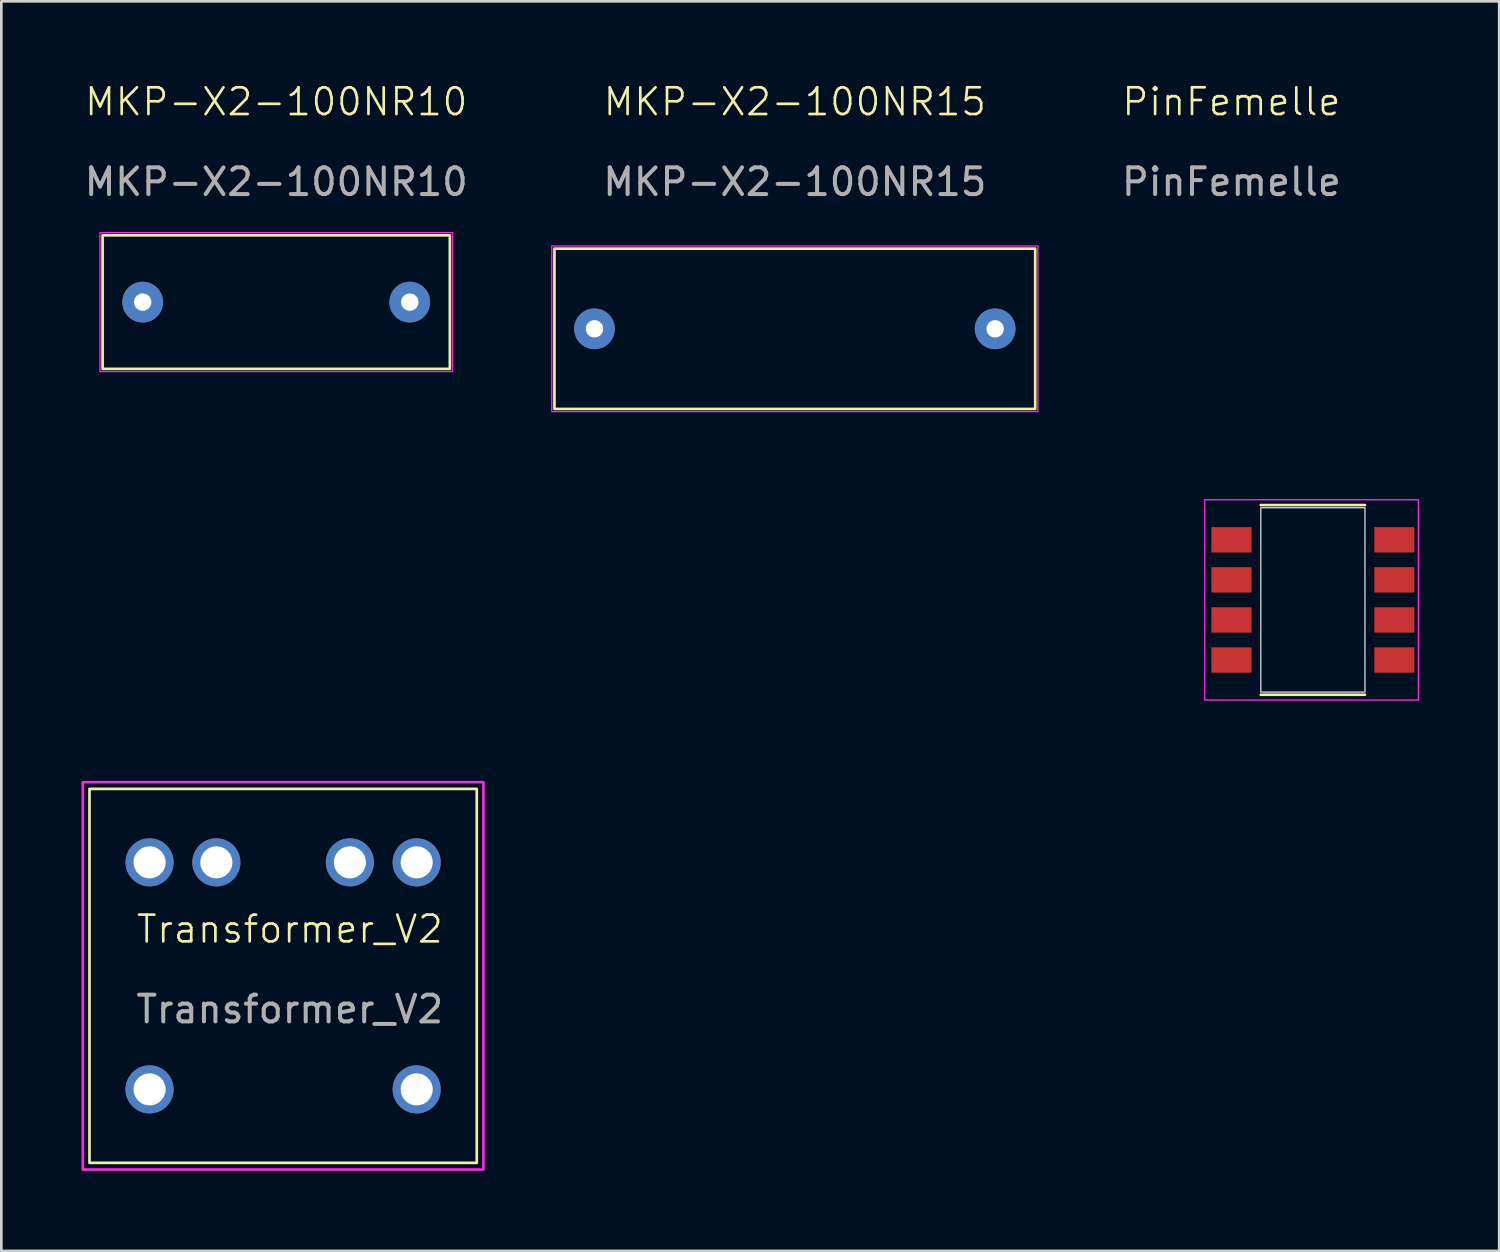
<source format=kicad_pcb>
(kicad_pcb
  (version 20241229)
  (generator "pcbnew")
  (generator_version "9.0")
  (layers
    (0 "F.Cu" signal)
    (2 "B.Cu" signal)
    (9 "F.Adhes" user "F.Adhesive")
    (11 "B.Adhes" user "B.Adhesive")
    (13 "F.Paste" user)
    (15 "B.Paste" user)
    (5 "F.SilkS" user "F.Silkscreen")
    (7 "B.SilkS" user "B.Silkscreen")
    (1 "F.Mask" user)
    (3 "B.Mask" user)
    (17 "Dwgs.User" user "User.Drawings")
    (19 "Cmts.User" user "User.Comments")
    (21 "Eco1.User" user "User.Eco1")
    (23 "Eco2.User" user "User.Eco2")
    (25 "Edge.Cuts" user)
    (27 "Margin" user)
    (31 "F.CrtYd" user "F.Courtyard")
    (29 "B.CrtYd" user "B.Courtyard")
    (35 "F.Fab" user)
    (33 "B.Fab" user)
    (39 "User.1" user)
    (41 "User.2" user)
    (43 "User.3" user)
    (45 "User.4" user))
  (footprint "MKP-X2-100NR15"
    (layer "F.Cu")
    (at 19.208 9.261)
    (property "Reference" "MKP-X2-100NR15" (at 7.5 -8.5 0) (unlocked yes) (layer "F.SilkS") (effects (font (size 1 1) (thickness 0.1))))
    (attr through_hole)
    (fp_rect (start -1.5 -3) (end 16.5 3) (stroke (width 0.1) (type default)) (fill no) (layer "F.SilkS"))
    (fp_rect (start -1.6 -3.1) (end 16.6 3.1) (stroke (width 0.05) (type default)) (fill no) (layer "F.CrtYd"))
    (fp_text user "${REFERENCE}" (at 7.5 -5.5 0) (unlocked yes) (layer "F.Fab") (effects (font (size 1 1) (thickness 0.15))))
    (pad "1" thru_hole circle (at 0 0) (size 1.524 1.524) (drill 0.65) (layers "*.Cu" "*.Mask"))
    (pad "2" thru_hole circle (at 15 0) (size 1.524 1.524) (drill 0.65) (layers "*.Cu" "*.Mask")))
  (footprint "MKP-X2-100NR10"
    (layer "F.Cu")
    (at 2.292 8.261)
    (property "Reference" "MKP-X2-100NR10" (at 5 -7.5 0) (unlocked yes) (layer "F.SilkS") (effects (font (size 1 1) (thickness 0.1))))
    (attr through_hole)
    (fp_rect (start -1.5 -2.5) (end 11.5 2.5) (stroke (width 0.1) (type default)) (fill no) (layer "F.SilkS"))
    (fp_rect (start -1.6 -2.6) (end 11.6 2.6) (stroke (width 0.05) (type default)) (fill no) (layer "F.CrtYd"))
    (fp_text user "${REFERENCE}" (at 5 -4.5 0) (unlocked yes) (layer "F.Fab") (effects (font (size 1 1) (thickness 0.15))))
    (pad "1" thru_hole circle (at 0 0) (size 1.524 1.524) (drill 0.65) (layers "*.Cu" "*.Mask"))
    (pad "2" thru_hole circle (at 10 0) (size 1.524 1.524) (drill 0.65) (layers "*.Cu" "*.Mask")))
  (footprint "Transformer_V2"
    (layer "F.Cu")
    (at 2.55 37.736)
    (property "Reference" "Transformer_V2" (at 5.25 -6 0) (unlocked yes) (layer "F.SilkS") (effects (font (size 1 1) (thickness 0.1))))
    (attr through_hole)
    (fp_rect (start -2.25 -11.25) (end 12.25 2.75) (stroke (width 0.1) (type default)) (fill no) (layer "F.SilkS"))
    (fp_rect (start -2.5 -11.5) (end 12.5 3) (stroke (width 0.1) (type default)) (fill no) (layer "F.CrtYd"))
    (fp_text user "${REFERENCE}" (at 5.25 -3 0) (unlocked yes) (layer "F.Fab") (effects (font (size 1 1) (thickness 0.15))))
    (pad "1" thru_hole circle (at 7.5 -8.5) (size 1.8 1.8) (drill 1.2) (layers "*.Cu" "*.Mask"))
    (pad "2" thru_hole circle (at 10 -8.5) (size 1.8 1.8) (drill 1.2) (layers "*.Cu" "*.Mask"))
    (pad "3" thru_hole circle (at 0 0) (size 1.8 1.8) (drill 1.2) (layers "*.Cu" "*.Mask"))
    (pad "4" thru_hole circle (at 10 0) (size 1.8 1.8) (drill 1.2) (layers "*.Cu" "*.Mask"))
    (pad "5" thru_hole circle (at 2.5 -8.5) (size 1.8 1.8) (drill 1.2) (layers "*.Cu" "*.Mask"))
    (pad "6" thru_hole circle (at 0 -8.5) (size 1.8 1.8) (drill 1.2) (layers "*.Cu" "*.Mask")))
  (footprint "PinFemelle"
    (layer "F.Cu")
    (at 43.054 17.16)
    (property "Reference" "PinFemelle" (at 0 -16.4 0) (unlocked yes) (layer "F.SilkS") (effects (font (size 1 1) (thickness 0.1))))
    (attr smd)
    (fp_line (start 5 -1.3) (end 1.1 -1.3) (stroke (width 0.1) (type default)) (layer "F.SilkS"))
    (fp_line (start 5 5.8) (end 1.1 5.8) (stroke (width 0.1) (type default)) (layer "F.SilkS"))
    (fp_rect (start 1.1 -1.2) (end 5 5.7) (stroke (width 0.05) (type default)) (fill no) (layer "Edge.Cuts"))
    (fp_rect (start -1 -1.5) (end 7 6) (stroke (width 0.05) (type default)) (fill no) (layer "F.CrtYd"))
    (fp_text user "${REFERENCE}" (at 0 -13.4 0) (unlocked yes) (layer "F.Fab") (effects (font (size 1 1) (thickness 0.15))))
    (pad "1" smd rect (at 0 0) (size 1.5 0.95) (layers "F.Cu" "F.Mask" "F.Paste"))
    (pad "2" smd rect (at 0 1.5) (size 1.5 0.95) (layers "F.Cu" "F.Mask" "F.Paste"))
    (pad "3" smd rect (at 0 3) (size 1.5 0.95) (layers "F.Cu" "F.Mask" "F.Paste"))
    (pad "4" smd rect (at 0 4.5) (size 1.5 0.95) (layers "F.Cu" "F.Mask" "F.Paste"))
    (pad "5" smd rect (at 6.1 4.5) (size 1.5 0.95) (layers "F.Cu" "F.Mask" "F.Paste"))
    (pad "6" smd rect (at 6.1 3) (size 1.5 0.95) (layers "F.Cu" "F.Mask" "F.Paste"))
    (pad "7" smd rect (at 6.1 1.5) (size 1.5 0.95) (layers "F.Cu" "F.Mask" "F.Paste"))
    (pad "8" smd rect (at 6.1 0) (size 1.5 0.95) (layers "F.Cu" "F.Mask" "F.Paste")))
  (gr_rect
    (start -3 -3)
    (end 53.079 43.785)
    (stroke (width 0.1) (type default))
    (fill no)
    (layer "Edge.Cuts")))
</source>
